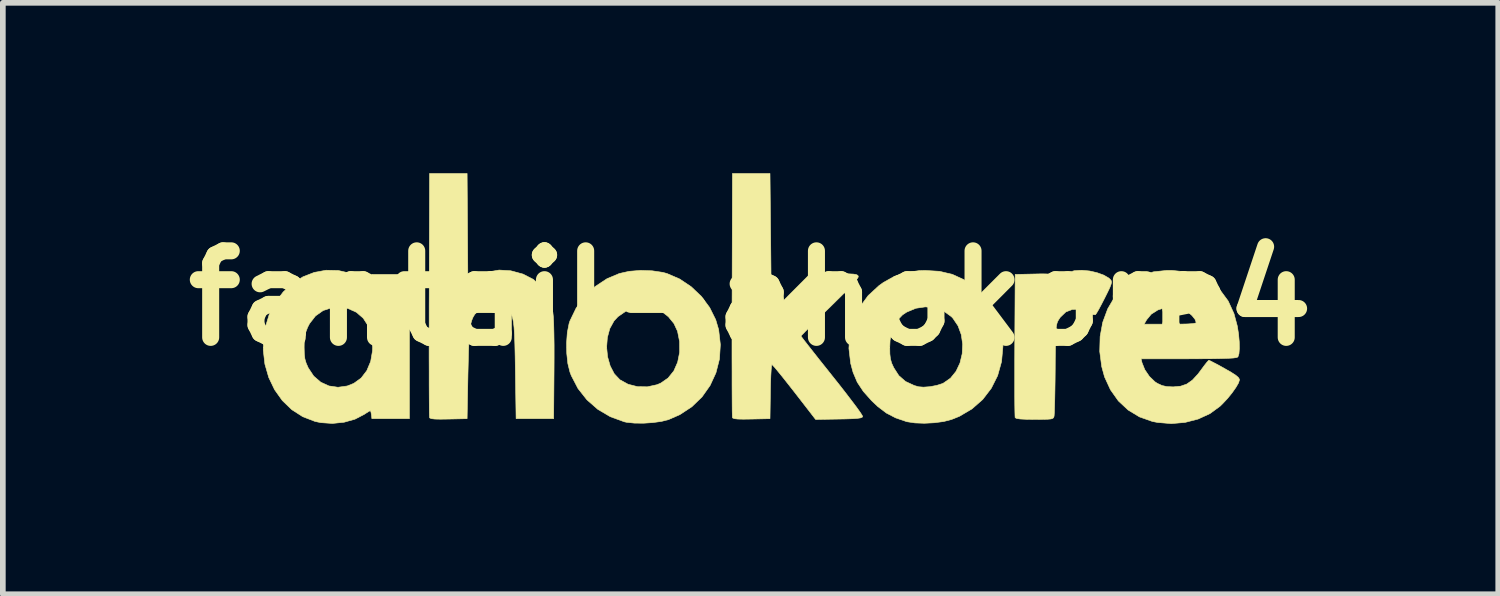
<source format=kicad_pcb>
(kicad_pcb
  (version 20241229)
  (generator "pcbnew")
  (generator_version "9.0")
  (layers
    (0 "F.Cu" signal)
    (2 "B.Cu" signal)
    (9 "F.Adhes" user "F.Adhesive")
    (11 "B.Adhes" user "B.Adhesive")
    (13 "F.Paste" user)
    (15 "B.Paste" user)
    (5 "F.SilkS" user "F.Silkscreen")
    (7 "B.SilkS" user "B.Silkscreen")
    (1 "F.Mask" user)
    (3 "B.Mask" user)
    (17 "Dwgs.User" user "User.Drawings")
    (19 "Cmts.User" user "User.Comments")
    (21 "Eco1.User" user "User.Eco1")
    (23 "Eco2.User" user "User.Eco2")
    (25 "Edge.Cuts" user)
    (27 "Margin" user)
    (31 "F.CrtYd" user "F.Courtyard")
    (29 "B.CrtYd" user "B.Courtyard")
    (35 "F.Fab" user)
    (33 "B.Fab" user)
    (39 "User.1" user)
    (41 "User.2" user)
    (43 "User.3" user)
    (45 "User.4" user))
  (footprint "fantail-ahokore4"
    (layer "F.Cu")
    (at 10.167 2.202)
    (property "Reference" "fantail-ahokore4" (at 0 0 0) (layer "F.SilkS") (effects (font (size 1.524 1.524) (thickness 0.3))))
    (attr through_hole)
    (fp_poly (pts (xy -4.984 -1.253) (xy -4.978 -0.309) (xy -4.832 -0.381) (xy -4.626 -0.462) (xy -4.427 -0.496) (xy -4.229 -0.484) (xy -4.224 -0.484) (xy -4.006 -0.425) (xy -3.824 -0.331) (xy -3.679 -0.203) (xy -3.571 -0.039) (xy -3.499 0.16) (xy -3.48 0.254) (xy -3.472 0.331) (xy -3.466 0.454) (xy -3.462 0.619) (xy -3.459 0.821) (xy -3.459 1.056) (xy -3.46 1.27) (xy -3.467 2.121) (xy -4.128 2.121) (xy -4.141 1.27) (xy -4.145 1.018) (xy -4.15 0.812) (xy -4.156 0.646) (xy -4.164 0.516) (xy -4.175 0.416) (xy -4.191 0.342) (xy -4.21 0.288) (xy -4.236 0.249) (xy -4.267 0.22) (xy -4.306 0.197) (xy -4.315 0.192) (xy -4.417 0.161) (xy -4.536 0.155) (xy -4.657 0.173) (xy -4.765 0.212) (xy -4.844 0.269) (xy -4.86 0.29) (xy -4.887 0.335) (xy -4.908 0.386) (xy -4.926 0.449) (xy -4.939 0.529) (xy -4.95 0.632) (xy -4.959 0.764) (xy -4.966 0.93) (xy -4.971 1.137) (xy -4.976 1.333) (xy -4.991 2.121) (xy -5.315 2.128) (xy -5.459 2.13) (xy -5.557 2.128) (xy -5.618 2.121) (xy -5.648 2.109) (xy -5.652 2.103) (xy -5.654 2.073) (xy -5.656 1.996) (xy -5.657 1.876) (xy -5.658 1.716) (xy -5.659 1.521) (xy -5.659 1.294) (xy -5.66 1.039) (xy -5.66 0.76) (xy -5.659 0.46) (xy -5.659 0.143) (xy -5.658 -0.064) (xy -5.652 -2.197) (xy -4.991 -2.197) (xy -4.984 -1.253)) (stroke (width 0.01) (type solid)) (fill yes) (layer "F.SilkS"))
    (fp_poly (pts (xy -1.732 -0.483) (xy -1.544 -0.455) (xy -1.471 -0.435) (xy -1.248 -0.339) (xy -1.044 -0.202) (xy -0.866 -0.033) (xy -0.72 0.163) (xy -0.613 0.378) (xy -0.561 0.554) (xy -0.531 0.817) (xy -0.547 1.072) (xy -0.609 1.314) (xy -0.712 1.537) (xy -0.854 1.738) (xy -1.033 1.911) (xy -1.246 2.051) (xy -1.443 2.137) (xy -1.567 2.169) (xy -1.72 2.19) (xy -1.886 2.201) (xy -2.046 2.199) (xy -2.182 2.185) (xy -2.223 2.176) (xy -2.468 2.087) (xy -2.689 1.957) (xy -2.881 1.789) (xy -3.038 1.59) (xy -3.156 1.363) (xy -3.18 1.3) (xy -3.217 1.15) (xy -3.236 0.972) (xy -3.238 0.862) (xy -2.534 0.862) (xy -2.517 1.033) (xy -2.471 1.193) (xy -2.399 1.331) (xy -2.3 1.436) (xy -2.156 1.515) (xy -1.991 1.557) (xy -1.816 1.56) (xy -1.647 1.523) (xy -1.581 1.495) (xy -1.452 1.406) (xy -1.351 1.281) (xy -1.283 1.127) (xy -1.248 0.952) (xy -1.249 0.764) (xy -1.285 0.582) (xy -1.348 0.446) (xy -1.447 0.325) (xy -1.569 0.23) (xy -1.685 0.179) (xy -1.861 0.153) (xy -2.035 0.171) (xy -2.197 0.229) (xy -2.335 0.325) (xy -2.404 0.4) (xy -2.478 0.534) (xy -2.521 0.692) (xy -2.534 0.862) (xy -3.238 0.862) (xy -3.239 0.784) (xy -3.226 0.603) (xy -3.195 0.446) (xy -3.18 0.4) (xy -3.071 0.174) (xy -2.921 -0.031) (xy -2.738 -0.205) (xy -2.527 -0.344) (xy -2.311 -0.435) (xy -2.137 -0.474) (xy -1.937 -0.49) (xy -1.732 -0.483)) (stroke (width 0.01) (type solid)) (fill yes) (layer "F.SilkS"))
    (fp_poly (pts (xy -7.258 -0.488) (xy -7.042 -0.437) (xy -6.906 -0.38) (xy -6.828 -0.338) (xy -6.769 -0.301) (xy -6.744 -0.28) (xy -6.714 -0.254) (xy -6.689 -0.275) (xy -6.675 -0.337) (xy -6.668 -0.419) (xy -6.007 -0.419) (xy -6.007 2.121) (xy -6.668 2.121) (xy -6.676 2.051) (xy -6.685 2) (xy -6.696 1.981) (xy -6.723 1.994) (xy -6.775 2.027) (xy -6.802 2.045) (xy -6.966 2.13) (xy -7.158 2.184) (xy -7.363 2.205) (xy -7.567 2.191) (xy -7.668 2.17) (xy -7.886 2.086) (xy -8.079 1.962) (xy -8.245 1.802) (xy -8.381 1.611) (xy -8.484 1.396) (xy -8.552 1.161) (xy -8.581 0.911) (xy -8.579 0.864) (xy -7.861 0.864) (xy -7.858 0.981) (xy -7.848 1.067) (xy -7.826 1.142) (xy -7.789 1.226) (xy -7.693 1.371) (xy -7.568 1.479) (xy -7.423 1.545) (xy -7.265 1.568) (xy -7.101 1.545) (xy -6.986 1.499) (xy -6.857 1.406) (xy -6.757 1.275) (xy -6.689 1.113) (xy -6.657 0.928) (xy -6.655 0.863) (xy -6.674 0.664) (xy -6.73 0.492) (xy -6.82 0.352) (xy -6.941 0.247) (xy -7.09 0.18) (xy -7.195 0.16) (xy -7.371 0.166) (xy -7.527 0.217) (xy -7.661 0.312) (xy -7.766 0.447) (xy -7.8 0.513) (xy -7.833 0.6) (xy -7.852 0.688) (xy -7.86 0.798) (xy -7.861 0.864) (xy -8.579 0.864) (xy -8.569 0.652) (xy -8.547 0.521) (xy -8.475 0.283) (xy -8.367 0.072) (xy -8.229 -0.111) (xy -8.066 -0.261) (xy -7.882 -0.377) (xy -7.682 -0.455) (xy -7.473 -0.493) (xy -7.258 -0.488)) (stroke (width 0.01) (type solid)) (fill yes) (layer "F.SilkS"))
    (fp_poly (pts (xy 3.328 -0.474) (xy 3.555 -0.42) (xy 3.76 -0.326) (xy 3.954 -0.187) (xy 4.019 -0.13) (xy 4.195 0.066) (xy 4.324 0.278) (xy 4.406 0.51) (xy 4.443 0.763) (xy 4.445 0.851) (xy 4.421 1.116) (xy 4.352 1.363) (xy 4.24 1.586) (xy 4.089 1.783) (xy 3.9 1.949) (xy 3.678 2.08) (xy 3.541 2.135) (xy 3.403 2.171) (xy 3.237 2.193) (xy 3.062 2.202) (xy 2.896 2.196) (xy 2.757 2.175) (xy 2.743 2.171) (xy 2.556 2.107) (xy 2.394 2.023) (xy 2.242 1.908) (xy 2.133 1.805) (xy 1.987 1.641) (xy 1.88 1.479) (xy 1.806 1.304) (xy 1.764 1.147) (xy 1.733 0.884) (xy 1.734 0.864) (xy 2.452 0.864) (xy 2.454 0.981) (xy 2.464 1.067) (xy 2.485 1.142) (xy 2.522 1.223) (xy 2.612 1.363) (xy 2.73 1.466) (xy 2.883 1.537) (xy 2.959 1.559) (xy 3.045 1.566) (xy 3.158 1.558) (xy 3.275 1.536) (xy 3.377 1.504) (xy 3.397 1.495) (xy 3.522 1.408) (xy 3.62 1.287) (xy 3.689 1.141) (xy 3.728 0.978) (xy 3.736 0.809) (xy 3.712 0.642) (xy 3.655 0.487) (xy 3.564 0.352) (xy 3.537 0.324) (xy 3.402 0.226) (xy 3.246 0.169) (xy 3.079 0.152) (xy 2.911 0.177) (xy 2.751 0.244) (xy 2.677 0.293) (xy 2.57 0.405) (xy 2.497 0.555) (xy 2.458 0.739) (xy 2.452 0.864) (xy 1.734 0.864) (xy 1.75 0.628) (xy 1.813 0.384) (xy 1.922 0.158) (xy 2.072 -0.046) (xy 2.264 -0.223) (xy 2.341 -0.278) (xy 2.535 -0.386) (xy 2.742 -0.454) (xy 2.971 -0.486) (xy 3.073 -0.489) (xy 3.328 -0.474)) (stroke (width 0.01) (type solid)) (fill yes) (layer "F.SilkS"))
    (fp_poly (pts (xy 5.969 -0.48) (xy 6.102 -0.45) (xy 6.221 -0.407) (xy 6.31 -0.355) (xy 6.335 -0.332) (xy 6.352 -0.31) (xy 6.358 -0.284) (xy 6.35 -0.246) (xy 6.327 -0.186) (xy 6.284 -0.097) (xy 6.238 -0.005) (xy 6.182 0.104) (xy 6.133 0.196) (xy 6.095 0.261) (xy 6.074 0.29) (xy 6.073 0.291) (xy 6.038 0.289) (xy 5.976 0.266) (xy 5.939 0.248) (xy 5.799 0.198) (xy 5.67 0.196) (xy 5.554 0.241) (xy 5.456 0.334) (xy 5.423 0.384) (xy 5.408 0.411) (xy 5.397 0.443) (xy 5.388 0.484) (xy 5.381 0.542) (xy 5.376 0.622) (xy 5.372 0.73) (xy 5.37 0.871) (xy 5.367 1.053) (xy 5.366 1.245) (xy 5.364 1.44) (xy 5.361 1.622) (xy 5.358 1.782) (xy 5.354 1.914) (xy 5.351 2.012) (xy 5.347 2.068) (xy 5.346 2.076) (xy 5.339 2.1) (xy 5.323 2.116) (xy 5.292 2.126) (xy 5.236 2.131) (xy 5.146 2.133) (xy 5.015 2.134) (xy 5.003 2.134) (xy 4.854 2.132) (xy 4.752 2.127) (xy 4.689 2.118) (xy 4.662 2.105) (xy 4.66 2.102) (xy 4.658 2.071) (xy 4.656 1.994) (xy 4.654 1.876) (xy 4.653 1.723) (xy 4.653 1.539) (xy 4.653 1.33) (xy 4.653 1.099) (xy 4.654 0.853) (xy 4.654 0.826) (xy 4.661 -0.419) (xy 4.983 -0.426) (xy 5.117 -0.429) (xy 5.209 -0.428) (xy 5.269 -0.424) (xy 5.304 -0.414) (xy 5.323 -0.398) (xy 5.333 -0.384) (xy 5.349 -0.359) (xy 5.371 -0.351) (xy 5.41 -0.362) (xy 5.477 -0.395) (xy 5.514 -0.413) (xy 5.614 -0.46) (xy 5.7 -0.484) (xy 5.798 -0.491) (xy 5.838 -0.492) (xy 5.969 -0.48)) (stroke (width 0.01) (type solid)) (fill yes) (layer "F.SilkS"))
    (fp_poly (pts (xy 0.368 0.255) (xy 0.711 -0.089) (xy 1.053 -0.432) (xy 1.467 -0.432) (xy 1.623 -0.431) (xy 1.735 -0.429) (xy 1.811 -0.425) (xy 1.858 -0.418) (xy 1.884 -0.406) (xy 1.897 -0.391) (xy 1.898 -0.388) (xy 1.894 -0.366) (xy 1.868 -0.327) (xy 1.819 -0.267) (xy 1.742 -0.185) (xy 1.635 -0.076) (xy 1.495 0.062) (xy 1.402 0.154) (xy 1.269 0.283) (xy 1.149 0.401) (xy 1.047 0.503) (xy 0.966 0.584) (xy 0.912 0.64) (xy 0.889 0.665) (xy 0.889 0.666) (xy 0.904 0.688) (xy 0.948 0.746) (xy 1.016 0.833) (xy 1.105 0.946) (xy 1.211 1.081) (xy 1.331 1.231) (xy 1.435 1.362) (xy 1.564 1.524) (xy 1.681 1.674) (xy 1.783 1.808) (xy 1.868 1.92) (xy 1.93 2.007) (xy 1.966 2.063) (xy 1.975 2.083) (xy 1.965 2.097) (xy 1.935 2.108) (xy 1.88 2.116) (xy 1.792 2.122) (xy 1.665 2.126) (xy 1.558 2.128) (xy 1.147 2.135) (xy 0.773 1.652) (xy 0.667 1.517) (xy 0.572 1.397) (xy 0.49 1.296) (xy 0.428 1.221) (xy 0.388 1.178) (xy 0.377 1.168) (xy 0.37 1.192) (xy 0.364 1.26) (xy 0.358 1.362) (xy 0.353 1.491) (xy 0.35 1.64) (xy 0.35 1.645) (xy 0.343 2.121) (xy 0.019 2.128) (xy -0.125 2.13) (xy -0.223 2.128) (xy -0.284 2.121) (xy -0.314 2.109) (xy -0.318 2.103) (xy -0.32 2.073) (xy -0.322 1.996) (xy -0.323 1.876) (xy -0.324 1.716) (xy -0.325 1.521) (xy -0.325 1.294) (xy -0.326 1.039) (xy -0.326 0.76) (xy -0.325 0.46) (xy -0.325 0.143) (xy -0.324 -0.064) (xy -0.318 -2.197) (xy 0.343 -2.197) (xy 0.368 0.255)) (stroke (width 0.01) (type solid)) (fill yes) (layer "F.SilkS"))
    (fp_poly (pts (xy 7.673 -0.464) (xy 7.903 -0.395) (xy 8.104 -0.286) (xy 8.275 -0.137) (xy 8.412 0.049) (xy 8.514 0.271) (xy 8.573 0.491) (xy 8.595 0.632) (xy 8.607 0.767) (xy 8.609 0.885) (xy 8.602 0.977) (xy 8.584 1.032) (xy 8.58 1.036) (xy 8.556 1.045) (xy 8.502 1.053) (xy 8.414 1.058) (xy 8.288 1.062) (xy 8.122 1.065) (xy 7.91 1.066) (xy 7.714 1.067) (xy 6.878 1.067) (xy 6.895 1.137) (xy 6.944 1.259) (xy 7.025 1.378) (xy 7.123 1.472) (xy 7.164 1.499) (xy 7.246 1.537) (xy 7.33 1.556) (xy 7.44 1.561) (xy 7.446 1.561) (xy 7.575 1.549) (xy 7.684 1.511) (xy 7.783 1.441) (xy 7.882 1.333) (xy 7.938 1.258) (xy 7.995 1.181) (xy 8.041 1.123) (xy 8.069 1.094) (xy 8.072 1.092) (xy 8.099 1.104) (xy 8.161 1.136) (xy 8.249 1.182) (xy 8.349 1.238) (xy 8.466 1.305) (xy 8.544 1.355) (xy 8.59 1.394) (xy 8.609 1.425) (xy 8.611 1.438) (xy 8.594 1.492) (xy 8.548 1.571) (xy 8.481 1.666) (xy 8.401 1.765) (xy 8.314 1.858) (xy 8.27 1.901) (xy 8.091 2.032) (xy 7.882 2.128) (xy 7.653 2.187) (xy 7.412 2.208) (xy 7.169 2.188) (xy 7.077 2.17) (xy 6.85 2.09) (xy 6.649 1.968) (xy 6.478 1.808) (xy 6.339 1.612) (xy 6.235 1.386) (xy 6.185 1.204) (xy 6.15 0.937) (xy 6.157 0.673) (xy 6.197 0.457) (xy 6.931 0.457) (xy 7.39 0.457) (xy 7.568 0.456) (xy 7.699 0.453) (xy 7.787 0.447) (xy 7.836 0.438) (xy 7.849 0.428) (xy 7.828 0.371) (xy 7.775 0.305) (xy 7.702 0.242) (xy 7.622 0.195) (xy 7.608 0.19) (xy 7.462 0.156) (xy 7.313 0.163) (xy 7.175 0.206) (xy 7.057 0.281) (xy 6.977 0.378) (xy 6.931 0.457) (xy 6.197 0.457) (xy 6.204 0.421) (xy 6.29 0.188) (xy 6.412 -0.02) (xy 6.527 -0.156) (xy 6.699 -0.301) (xy 6.887 -0.403) (xy 7.097 -0.465) (xy 7.335 -0.49) (xy 7.417 -0.49) (xy 7.673 -0.464)) (stroke (width 0.01) (type solid)) (fill yes) (layer "F.SilkS")))
  (gr_rect
    (start -3 -3)
    (end 23.335 7.415)
    (stroke (width 0.1) (type default))
    (fill no)
    (layer "Edge.Cuts")))
</source>
